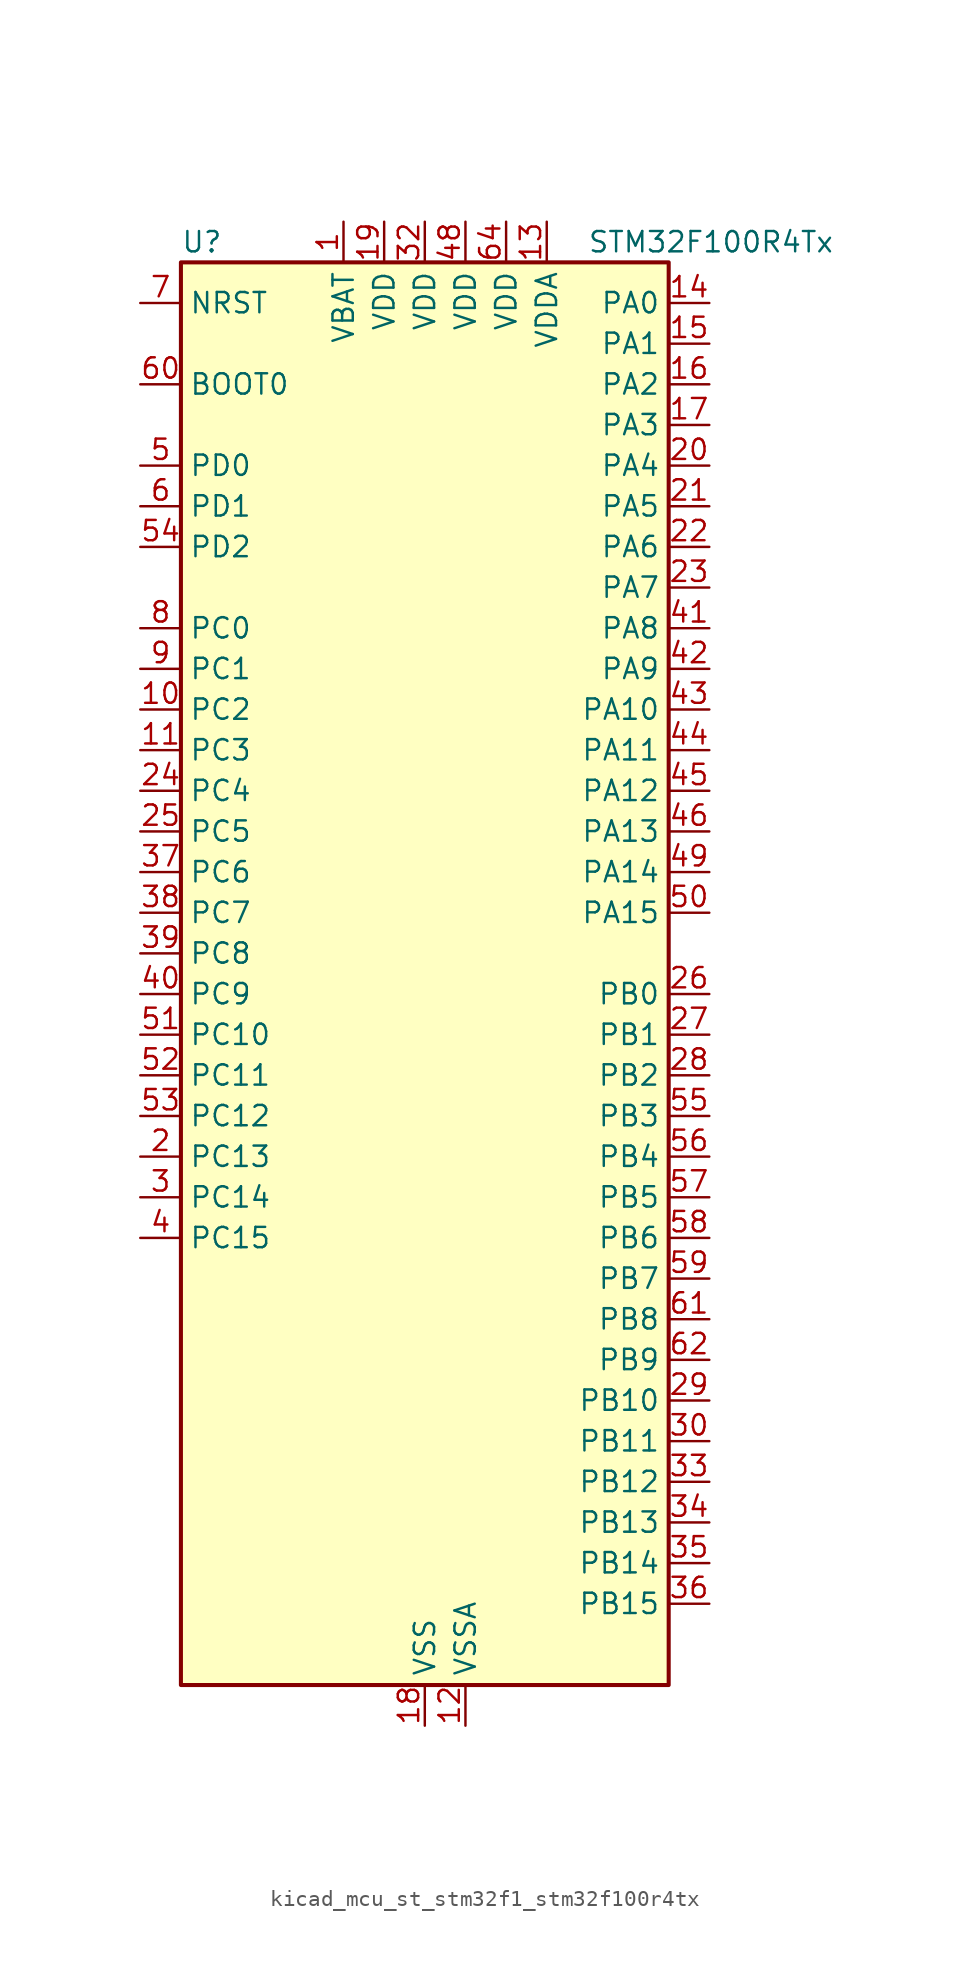
<source format=kicad_sym>
(kicad_symbol_lib
  (version 20220914)
  (generator kicad_symbol_editor)
  (symbol "kicad_mcu_st_stm32f1_stm32f100r4tx"
    (property "Reference" "U"
      (at -15.24 46.99 0)
      (effects (font (size 1.27 1.27)) (justify left)))
    (property "Value" "STM32F100R4Tx"
      (at 10.16 46.99 0)
      (effects (font (size 1.27 1.27)) (justify left)))
    (property "ki_locked" ""
      (at 0 0 0)
      (effects (font (size 1.27 1.27))))
    (symbol "kicad_mcu_st_stm32f1_stm32f100r4tx_0_1"
      (rectangle (start -15.24 -43.18) (end 15.24 45.72) (stroke (width 0.254) (type default)) (fill (type background))))
    (symbol "kicad_mcu_st_stm32f1_stm32f100r4tx_1_1"
      (pin power_in line (at -5.08 48.26 270) (length 2.54) (name "VBAT" (effects (font (size 1.27 1.27)))) (number "1" (effects (font (size 1.27 1.27)))))
      (pin bidirectional line (at -17.78 17.78 0) (length 2.54) (name "PC2" (effects (font (size 1.27 1.27)))) (number "10" (effects (font (size 1.27 1.27)))) (alternate "ADC1_IN12" bidirectional line))
      (pin bidirectional line (at -17.78 15.24 0) (length 2.54) (name "PC3" (effects (font (size 1.27 1.27)))) (number "11" (effects (font (size 1.27 1.27)))) (alternate "ADC1_IN13" bidirectional line))
      (pin power_in line (at 2.54 -45.72 90) (length 2.54) (name "VSSA" (effects (font (size 1.27 1.27)))) (number "12" (effects (font (size 1.27 1.27)))))
      (pin power_in line (at 7.62 48.26 270) (length 2.54) (name "VDDA" (effects (font (size 1.27 1.27)))) (number "13" (effects (font (size 1.27 1.27)))))
      (pin bidirectional line (at 17.78 43.18 180) (length 2.54) (name "PA0" (effects (font (size 1.27 1.27)))) (number "14" (effects (font (size 1.27 1.27)))) (alternate "ADC1_IN0" bidirectional line) (alternate "SYS_WKUP" bidirectional line) (alternate "TIM2_CH1" bidirectional line) (alternate "TIM2_ETR" bidirectional line) (alternate "USART2_CTS" bidirectional line))
      (pin bidirectional line (at 17.78 40.64 180) (length 2.54) (name "PA1" (effects (font (size 1.27 1.27)))) (number "15" (effects (font (size 1.27 1.27)))) (alternate "ADC1_IN1" bidirectional line) (alternate "TIM2_CH2" bidirectional line) (alternate "USART2_RTS" bidirectional line))
      (pin bidirectional line (at 17.78 38.1 180) (length 2.54) (name "PA2" (effects (font (size 1.27 1.27)))) (number "16" (effects (font (size 1.27 1.27)))) (alternate "ADC1_IN2" bidirectional line) (alternate "TIM15_CH1" bidirectional line) (alternate "TIM2_CH3" bidirectional line) (alternate "USART2_TX" bidirectional line))
      (pin bidirectional line (at 17.78 35.56 180) (length 2.54) (name "PA3" (effects (font (size 1.27 1.27)))) (number "17" (effects (font (size 1.27 1.27)))) (alternate "ADC1_IN3" bidirectional line) (alternate "TIM15_CH2" bidirectional line) (alternate "TIM2_CH4" bidirectional line) (alternate "USART2_RX" bidirectional line))
      (pin power_in line (at 0 -45.72 90) (length 2.54) (name "VSS" (effects (font (size 1.27 1.27)))) (number "18" (effects (font (size 1.27 1.27)))))
      (pin power_in line (at -2.54 48.26 270) (length 2.54) (name "VDD" (effects (font (size 1.27 1.27)))) (number "19" (effects (font (size 1.27 1.27)))))
      (pin bidirectional line (at -17.78 -10.16 0) (length 2.54) (name "PC13" (effects (font (size 1.27 1.27)))) (number "2" (effects (font (size 1.27 1.27)))) (alternate "RTC_OUT" bidirectional line) (alternate "RTC_TAMPER" bidirectional line))
      (pin bidirectional line (at 17.78 33.02 180) (length 2.54) (name "PA4" (effects (font (size 1.27 1.27)))) (number "20" (effects (font (size 1.27 1.27)))) (alternate "ADC1_IN4" bidirectional line) (alternate "DAC_OUT1" bidirectional line) (alternate "SPI1_NSS" bidirectional line) (alternate "USART2_CK" bidirectional line))
      (pin bidirectional line (at 17.78 30.48 180) (length 2.54) (name "PA5" (effects (font (size 1.27 1.27)))) (number "21" (effects (font (size 1.27 1.27)))) (alternate "ADC1_IN5" bidirectional line) (alternate "DAC_OUT2" bidirectional line) (alternate "SPI1_SCK" bidirectional line))
      (pin bidirectional line (at 17.78 27.94 180) (length 2.54) (name "PA6" (effects (font (size 1.27 1.27)))) (number "22" (effects (font (size 1.27 1.27)))) (alternate "ADC1_IN6" bidirectional line) (alternate "SPI1_MISO" bidirectional line) (alternate "TIM16_CH1" bidirectional line) (alternate "TIM1_BKIN" bidirectional line) (alternate "TIM3_CH1" bidirectional line))
      (pin bidirectional line (at 17.78 25.4 180) (length 2.54) (name "PA7" (effects (font (size 1.27 1.27)))) (number "23" (effects (font (size 1.27 1.27)))) (alternate "ADC1_IN7" bidirectional line) (alternate "SPI1_MOSI" bidirectional line) (alternate "TIM17_CH1" bidirectional line) (alternate "TIM1_CH1N" bidirectional line) (alternate "TIM3_CH2" bidirectional line))
      (pin bidirectional line (at -17.78 12.7 0) (length 2.54) (name "PC4" (effects (font (size 1.27 1.27)))) (number "24" (effects (font (size 1.27 1.27)))) (alternate "ADC1_IN14" bidirectional line))
      (pin bidirectional line (at -17.78 10.16 0) (length 2.54) (name "PC5" (effects (font (size 1.27 1.27)))) (number "25" (effects (font (size 1.27 1.27)))) (alternate "ADC1_IN15" bidirectional line))
      (pin bidirectional line (at 17.78 0 180) (length 2.54) (name "PB0" (effects (font (size 1.27 1.27)))) (number "26" (effects (font (size 1.27 1.27)))) (alternate "ADC1_IN8" bidirectional line) (alternate "TIM1_CH2N" bidirectional line) (alternate "TIM3_CH3" bidirectional line))
      (pin bidirectional line (at 17.78 -2.54 180) (length 2.54) (name "PB1" (effects (font (size 1.27 1.27)))) (number "27" (effects (font (size 1.27 1.27)))) (alternate "ADC1_IN9" bidirectional line) (alternate "TIM1_CH3N" bidirectional line) (alternate "TIM3_CH4" bidirectional line))
      (pin bidirectional line (at 17.78 -5.08 180) (length 2.54) (name "PB2" (effects (font (size 1.27 1.27)))) (number "28" (effects (font (size 1.27 1.27)))))
      (pin bidirectional line (at 17.78 -25.4 180) (length 2.54) (name "PB10" (effects (font (size 1.27 1.27)))) (number "29" (effects (font (size 1.27 1.27)))) (alternate "CEC" bidirectional line) (alternate "TIM2_CH3" bidirectional line))
      (pin bidirectional line (at -17.78 -12.7 0) (length 2.54) (name "PC14" (effects (font (size 1.27 1.27)))) (number "3" (effects (font (size 1.27 1.27)))) (alternate "RCC_OSC32_IN" bidirectional line))
      (pin bidirectional line (at 17.78 -27.94 180) (length 2.54) (name "PB11" (effects (font (size 1.27 1.27)))) (number "30" (effects (font (size 1.27 1.27)))) (alternate "ADC1_EXTI11" bidirectional line) (alternate "TIM2_CH4" bidirectional line))
      (pin passive line (at 0 -45.72 90) (length 2.54) hide (name "VSS" (effects (font (size 1.27 1.27)))) (number "31" (effects (font (size 1.27 1.27)))))
      (pin power_in line (at 0 48.26 270) (length 2.54) (name "VDD" (effects (font (size 1.27 1.27)))) (number "32" (effects (font (size 1.27 1.27)))))
      (pin bidirectional line (at 17.78 -30.48 180) (length 2.54) (name "PB12" (effects (font (size 1.27 1.27)))) (number "33" (effects (font (size 1.27 1.27)))) (alternate "TIM1_BKIN" bidirectional line))
      (pin bidirectional line (at 17.78 -33.02 180) (length 2.54) (name "PB13" (effects (font (size 1.27 1.27)))) (number "34" (effects (font (size 1.27 1.27)))) (alternate "TIM1_CH1N" bidirectional line))
      (pin bidirectional line (at 17.78 -35.56 180) (length 2.54) (name "PB14" (effects (font (size 1.27 1.27)))) (number "35" (effects (font (size 1.27 1.27)))) (alternate "TIM15_CH1" bidirectional line) (alternate "TIM1_CH2N" bidirectional line))
      (pin bidirectional line (at 17.78 -38.1 180) (length 2.54) (name "PB15" (effects (font (size 1.27 1.27)))) (number "36" (effects (font (size 1.27 1.27)))) (alternate "ADC1_EXTI15" bidirectional line) (alternate "TIM15_CH1N" bidirectional line) (alternate "TIM15_CH2" bidirectional line) (alternate "TIM1_CH3N" bidirectional line))
      (pin bidirectional line (at -17.78 7.62 0) (length 2.54) (name "PC6" (effects (font (size 1.27 1.27)))) (number "37" (effects (font (size 1.27 1.27)))) (alternate "TIM3_CH1" bidirectional line))
      (pin bidirectional line (at -17.78 5.08 0) (length 2.54) (name "PC7" (effects (font (size 1.27 1.27)))) (number "38" (effects (font (size 1.27 1.27)))) (alternate "TIM3_CH2" bidirectional line))
      (pin bidirectional line (at -17.78 2.54 0) (length 2.54) (name "PC8" (effects (font (size 1.27 1.27)))) (number "39" (effects (font (size 1.27 1.27)))) (alternate "TIM3_CH3" bidirectional line))
      (pin bidirectional line (at -17.78 -15.24 0) (length 2.54) (name "PC15" (effects (font (size 1.27 1.27)))) (number "4" (effects (font (size 1.27 1.27)))) (alternate "ADC1_EXTI15" bidirectional line) (alternate "RCC_OSC32_OUT" bidirectional line))
      (pin bidirectional line (at -17.78 0 0) (length 2.54) (name "PC9" (effects (font (size 1.27 1.27)))) (number "40" (effects (font (size 1.27 1.27)))) (alternate "DAC_EXTI9" bidirectional line) (alternate "TIM3_CH4" bidirectional line))
      (pin bidirectional line (at 17.78 22.86 180) (length 2.54) (name "PA8" (effects (font (size 1.27 1.27)))) (number "41" (effects (font (size 1.27 1.27)))) (alternate "RCC_MCO" bidirectional line) (alternate "TIM1_CH1" bidirectional line) (alternate "USART1_CK" bidirectional line))
      (pin bidirectional line (at 17.78 20.32 180) (length 2.54) (name "PA9" (effects (font (size 1.27 1.27)))) (number "42" (effects (font (size 1.27 1.27)))) (alternate "DAC_EXTI9" bidirectional line) (alternate "TIM15_BKIN" bidirectional line) (alternate "TIM1_CH2" bidirectional line) (alternate "USART1_TX" bidirectional line))
      (pin bidirectional line (at 17.78 17.78 180) (length 2.54) (name "PA10" (effects (font (size 1.27 1.27)))) (number "43" (effects (font (size 1.27 1.27)))) (alternate "TIM17_BKIN" bidirectional line) (alternate "TIM1_CH3" bidirectional line) (alternate "USART1_RX" bidirectional line))
      (pin bidirectional line (at 17.78 15.24 180) (length 2.54) (name "PA11" (effects (font (size 1.27 1.27)))) (number "44" (effects (font (size 1.27 1.27)))) (alternate "ADC1_EXTI11" bidirectional line) (alternate "TIM1_CH4" bidirectional line) (alternate "USART1_CTS" bidirectional line))
      (pin bidirectional line (at 17.78 12.7 180) (length 2.54) (name "PA12" (effects (font (size 1.27 1.27)))) (number "45" (effects (font (size 1.27 1.27)))) (alternate "TIM1_ETR" bidirectional line) (alternate "USART1_RTS" bidirectional line))
      (pin bidirectional line (at 17.78 10.16 180) (length 2.54) (name "PA13" (effects (font (size 1.27 1.27)))) (number "46" (effects (font (size 1.27 1.27)))) (alternate "SYS_JTMS-SWDIO" bidirectional line))
      (pin passive line (at 0 -45.72 90) (length 2.54) hide (name "VSS" (effects (font (size 1.27 1.27)))) (number "47" (effects (font (size 1.27 1.27)))))
      (pin power_in line (at 2.54 48.26 270) (length 2.54) (name "VDD" (effects (font (size 1.27 1.27)))) (number "48" (effects (font (size 1.27 1.27)))))
      (pin bidirectional line (at 17.78 7.62 180) (length 2.54) (name "PA14" (effects (font (size 1.27 1.27)))) (number "49" (effects (font (size 1.27 1.27)))) (alternate "SYS_JTCK-SWCLK" bidirectional line))
      (pin bidirectional line (at -17.78 33.02 0) (length 2.54) (name "PD0" (effects (font (size 1.27 1.27)))) (number "5" (effects (font (size 1.27 1.27)))) (alternate "RCC_OSC_IN" bidirectional line))
      (pin bidirectional line (at 17.78 5.08 180) (length 2.54) (name "PA15" (effects (font (size 1.27 1.27)))) (number "50" (effects (font (size 1.27 1.27)))) (alternate "ADC1_EXTI15" bidirectional line) (alternate "SPI1_NSS" bidirectional line) (alternate "SYS_JTDI" bidirectional line) (alternate "TIM2_CH1" bidirectional line) (alternate "TIM2_ETR" bidirectional line))
      (pin bidirectional line (at -17.78 -2.54 0) (length 2.54) (name "PC10" (effects (font (size 1.27 1.27)))) (number "51" (effects (font (size 1.27 1.27)))))
      (pin bidirectional line (at -17.78 -5.08 0) (length 2.54) (name "PC11" (effects (font (size 1.27 1.27)))) (number "52" (effects (font (size 1.27 1.27)))) (alternate "ADC1_EXTI11" bidirectional line))
      (pin bidirectional line (at -17.78 -7.62 0) (length 2.54) (name "PC12" (effects (font (size 1.27 1.27)))) (number "53" (effects (font (size 1.27 1.27)))))
      (pin bidirectional line (at -17.78 27.94 0) (length 2.54) (name "PD2" (effects (font (size 1.27 1.27)))) (number "54" (effects (font (size 1.27 1.27)))) (alternate "TIM3_ETR" bidirectional line))
      (pin bidirectional line (at 17.78 -7.62 180) (length 2.54) (name "PB3" (effects (font (size 1.27 1.27)))) (number "55" (effects (font (size 1.27 1.27)))) (alternate "SPI1_SCK" bidirectional line) (alternate "SYS_JTDO-TRACESWO" bidirectional line) (alternate "TIM2_CH2" bidirectional line))
      (pin bidirectional line (at 17.78 -10.16 180) (length 2.54) (name "PB4" (effects (font (size 1.27 1.27)))) (number "56" (effects (font (size 1.27 1.27)))) (alternate "SPI1_MISO" bidirectional line) (alternate "SYS_NJTRST" bidirectional line) (alternate "TIM3_CH1" bidirectional line))
      (pin bidirectional line (at 17.78 -12.7 180) (length 2.54) (name "PB5" (effects (font (size 1.27 1.27)))) (number "57" (effects (font (size 1.27 1.27)))) (alternate "I2C1_SMBA" bidirectional line) (alternate "SPI1_MOSI" bidirectional line) (alternate "TIM16_BKIN" bidirectional line) (alternate "TIM3_CH2" bidirectional line))
      (pin bidirectional line (at 17.78 -15.24 180) (length 2.54) (name "PB6" (effects (font (size 1.27 1.27)))) (number "58" (effects (font (size 1.27 1.27)))) (alternate "I2C1_SCL" bidirectional line) (alternate "TIM16_CH1N" bidirectional line) (alternate "USART1_TX" bidirectional line))
      (pin bidirectional line (at 17.78 -17.78 180) (length 2.54) (name "PB7" (effects (font (size 1.27 1.27)))) (number "59" (effects (font (size 1.27 1.27)))) (alternate "I2C1_SDA" bidirectional line) (alternate "TIM17_CH1N" bidirectional line) (alternate "USART1_RX" bidirectional line))
      (pin bidirectional line (at -17.78 30.48 0) (length 2.54) (name "PD1" (effects (font (size 1.27 1.27)))) (number "6" (effects (font (size 1.27 1.27)))) (alternate "RCC_OSC_OUT" bidirectional line))
      (pin input line (at -17.78 38.1 0) (length 2.54) (name "BOOT0" (effects (font (size 1.27 1.27)))) (number "60" (effects (font (size 1.27 1.27)))))
      (pin bidirectional line (at 17.78 -20.32 180) (length 2.54) (name "PB8" (effects (font (size 1.27 1.27)))) (number "61" (effects (font (size 1.27 1.27)))) (alternate "CEC" bidirectional line) (alternate "I2C1_SCL" bidirectional line) (alternate "TIM16_CH1" bidirectional line))
      (pin bidirectional line (at 17.78 -22.86 180) (length 2.54) (name "PB9" (effects (font (size 1.27 1.27)))) (number "62" (effects (font (size 1.27 1.27)))) (alternate "DAC_EXTI9" bidirectional line) (alternate "I2C1_SDA" bidirectional line) (alternate "TIM17_CH1" bidirectional line))
      (pin passive line (at 0 -45.72 90) (length 2.54) hide (name "VSS" (effects (font (size 1.27 1.27)))) (number "63" (effects (font (size 1.27 1.27)))))
      (pin power_in line (at 5.08 48.26 270) (length 2.54) (name "VDD" (effects (font (size 1.27 1.27)))) (number "64" (effects (font (size 1.27 1.27)))))
      (pin input line (at -17.78 43.18 0) (length 2.54) (name "NRST" (effects (font (size 1.27 1.27)))) (number "7" (effects (font (size 1.27 1.27)))))
      (pin bidirectional line (at -17.78 22.86 0) (length 2.54) (name "PC0" (effects (font (size 1.27 1.27)))) (number "8" (effects (font (size 1.27 1.27)))) (alternate "ADC1_IN10" bidirectional line))
      (pin bidirectional line (at -17.78 20.32 0) (length 2.54) (name "PC1" (effects (font (size 1.27 1.27)))) (number "9" (effects (font (size 1.27 1.27)))) (alternate "ADC1_IN11" bidirectional line)))))
</source>
